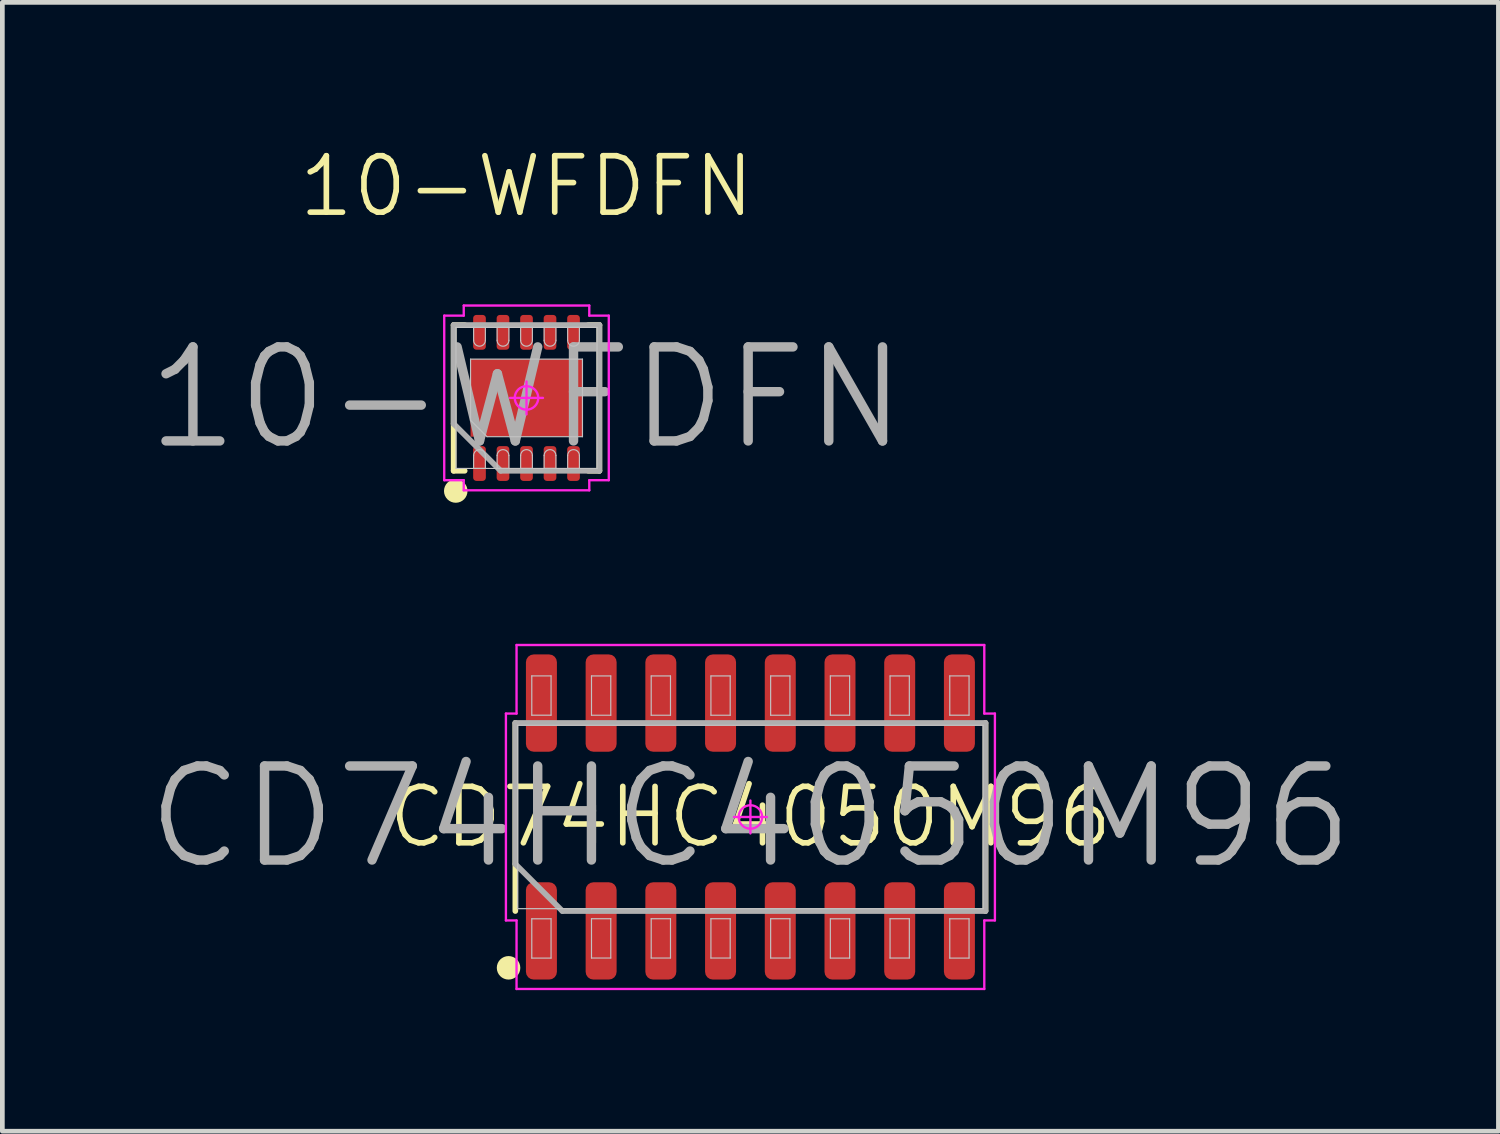
<source format=kicad_pcb>
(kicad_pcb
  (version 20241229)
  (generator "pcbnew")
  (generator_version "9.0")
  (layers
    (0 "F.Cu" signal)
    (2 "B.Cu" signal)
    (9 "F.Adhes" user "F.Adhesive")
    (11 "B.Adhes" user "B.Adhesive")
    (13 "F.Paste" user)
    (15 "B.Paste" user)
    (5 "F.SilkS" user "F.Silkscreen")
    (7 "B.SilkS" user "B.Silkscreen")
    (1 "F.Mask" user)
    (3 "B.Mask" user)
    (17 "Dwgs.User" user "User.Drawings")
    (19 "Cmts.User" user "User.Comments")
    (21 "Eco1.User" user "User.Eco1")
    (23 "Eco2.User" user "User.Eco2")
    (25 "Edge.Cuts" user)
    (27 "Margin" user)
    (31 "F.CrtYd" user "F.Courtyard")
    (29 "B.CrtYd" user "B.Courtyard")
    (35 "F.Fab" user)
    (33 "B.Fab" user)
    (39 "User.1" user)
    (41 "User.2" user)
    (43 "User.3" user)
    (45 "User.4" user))
  (footprint "10-WFDFN"
    (layer "F.Cu")
    (at 8.148 5.413)
    (property "Reference" "10-WFDFN" (at 0 -4.5 0) (layer "F.SilkS") (effects (font (size 1.2 1.2) (thickness 0.12))))
    (attr smd)
    (fp_line (start -1.55 -1.55) (end -1.315 -1.55) (stroke (width 0.12) (type solid)) (layer "F.SilkS"))
    (fp_line (start -1.55 1.55) (end -1.55 -1.55) (stroke (width 0.12) (type solid)) (layer "F.SilkS"))
    (fp_line (start -1.315 1.55) (end -1.55 1.55) (stroke (width 0.12) (type solid)) (layer "F.SilkS"))
    (fp_line (start 1.315 1.55) (end 1.55 1.55) (stroke (width 0.12) (type solid)) (layer "F.SilkS"))
    (fp_line (start 1.55 -1.55) (end 1.315 -1.55) (stroke (width 0.12) (type solid)) (layer "F.SilkS"))
    (fp_line (start 1.55 1.55) (end 1.55 -1.55) (stroke (width 0.12) (type solid)) (layer "F.SilkS"))
    (fp_circle (center -1.505 1.98) (end -1.505 2.105) (stroke (width 0.25) (type solid)) (fill no) (layer "F.SilkS"))
    (fp_line (start -1.5 -1.5) (end 1.5 -1.5) (stroke (width 0.025) (type solid)) (layer "Dwgs.User"))
    (fp_line (start -1.5 1.5) (end -1.5 -1.5) (stroke (width 0.025) (type solid)) (layer "Dwgs.User"))
    (fp_line (start -1.19 -0.825) (end 1.19 -0.825) (stroke (width 0.025) (type solid)) (layer "Dwgs.User"))
    (fp_line (start -1.19 0.475) (end -1.19 -0.825) (stroke (width 0.025) (type solid)) (layer "Dwgs.User"))
    (fp_line (start -1.125 -1.5) (end -1.125 -1.225) (stroke (width 0.025) (type solid)) (layer "Dwgs.User"))
    (fp_line (start -1.125 1.225) (end -1.125 1.5) (stroke (width 0.025) (type solid)) (layer "Dwgs.User"))
    (fp_line (start -1.125 1.5) (end -0.875 1.5) (stroke (width 0.025) (type solid)) (layer "Dwgs.User"))
    (fp_line (start -0.875 -1.5) (end -1.125 -1.5) (stroke (width 0.025) (type solid)) (layer "Dwgs.User"))
    (fp_line (start -0.875 -1.225) (end -0.875 -1.5) (stroke (width 0.025) (type solid)) (layer "Dwgs.User"))
    (fp_line (start -0.875 1.5) (end -0.875 1.225) (stroke (width 0.025) (type solid)) (layer "Dwgs.User"))
    (fp_line (start -0.84 0.825) (end -1.19 0.475) (stroke (width 0.025) (type solid)) (layer "Dwgs.User"))
    (fp_line (start -0.625 -1.5) (end -0.625 -1.225) (stroke (width 0.025) (type solid)) (layer "Dwgs.User"))
    (fp_line (start -0.625 1.225) (end -0.625 1.5) (stroke (width 0.025) (type solid)) (layer "Dwgs.User"))
    (fp_line (start -0.625 1.5) (end -0.375 1.5) (stroke (width 0.025) (type solid)) (layer "Dwgs.User"))
    (fp_line (start -0.375 -1.5) (end -0.625 -1.5) (stroke (width 0.025) (type solid)) (layer "Dwgs.User"))
    (fp_line (start -0.375 -1.225) (end -0.375 -1.5) (stroke (width 0.025) (type solid)) (layer "Dwgs.User"))
    (fp_line (start -0.375 1.5) (end -0.375 1.225) (stroke (width 0.025) (type solid)) (layer "Dwgs.User"))
    (fp_line (start -0.125 -1.5) (end -0.125 -1.225) (stroke (width 0.025) (type solid)) (layer "Dwgs.User"))
    (fp_line (start -0.125 1.225) (end -0.125 1.5) (stroke (width 0.025) (type solid)) (layer "Dwgs.User"))
    (fp_line (start -0.125 1.5) (end 0.125 1.5) (stroke (width 0.025) (type solid)) (layer "Dwgs.User"))
    (fp_line (start 0.125 -1.5) (end -0.125 -1.5) (stroke (width 0.025) (type solid)) (layer "Dwgs.User"))
    (fp_line (start 0.125 -1.225) (end 0.125 -1.5) (stroke (width 0.025) (type solid)) (layer "Dwgs.User"))
    (fp_line (start 0.125 1.5) (end 0.125 1.225) (stroke (width 0.025) (type solid)) (layer "Dwgs.User"))
    (fp_line (start 0.375 -1.5) (end 0.375 -1.225) (stroke (width 0.025) (type solid)) (layer "Dwgs.User"))
    (fp_line (start 0.375 1.225) (end 0.375 1.5) (stroke (width 0.025) (type solid)) (layer "Dwgs.User"))
    (fp_line (start 0.375 1.5) (end 0.625 1.5) (stroke (width 0.025) (type solid)) (layer "Dwgs.User"))
    (fp_line (start 0.625 -1.5) (end 0.375 -1.5) (stroke (width 0.025) (type solid)) (layer "Dwgs.User"))
    (fp_line (start 0.625 -1.225) (end 0.625 -1.5) (stroke (width 0.025) (type solid)) (layer "Dwgs.User"))
    (fp_line (start 0.625 1.5) (end 0.625 1.225) (stroke (width 0.025) (type solid)) (layer "Dwgs.User"))
    (fp_line (start 0.875 -1.5) (end 0.875 -1.225) (stroke (width 0.025) (type solid)) (layer "Dwgs.User"))
    (fp_line (start 0.875 1.225) (end 0.875 1.5) (stroke (width 0.025) (type solid)) (layer "Dwgs.User"))
    (fp_line (start 0.875 1.5) (end 1.125 1.5) (stroke (width 0.025) (type solid)) (layer "Dwgs.User"))
    (fp_line (start 1.125 -1.5) (end 0.875 -1.5) (stroke (width 0.025) (type solid)) (layer "Dwgs.User"))
    (fp_line (start 1.125 -1.225) (end 1.125 -1.5) (stroke (width 0.025) (type solid)) (layer "Dwgs.User"))
    (fp_line (start 1.125 1.5) (end 1.125 1.225) (stroke (width 0.025) (type solid)) (layer "Dwgs.User"))
    (fp_line (start 1.19 -0.825) (end 1.19 0.825) (stroke (width 0.025) (type solid)) (layer "Dwgs.User"))
    (fp_line (start 1.19 0.825) (end -0.84 0.825) (stroke (width 0.025) (type solid)) (layer "Dwgs.User"))
    (fp_line (start 1.5 -1.5) (end 1.5 1.5) (stroke (width 0.025) (type solid)) (layer "Dwgs.User"))
    (fp_line (start 1.5 1.5) (end -1.5 1.5) (stroke (width 0.025) (type solid)) (layer "Dwgs.User"))
    (fp_arc (start -1.125 1.225) (mid -1 1.1) (end -0.875 1.225) (stroke (width 0.025) (type solid)) (layer "Dwgs.User"))
    (fp_arc (start -0.875 -1.225) (mid -1 -1.1) (end -1.125 -1.225) (stroke (width 0.025) (type solid)) (layer "Dwgs.User"))
    (fp_arc (start -0.625 1.225) (mid -0.5 1.1) (end -0.375 1.225) (stroke (width 0.025) (type solid)) (layer "Dwgs.User"))
    (fp_arc (start -0.375 -1.225) (mid -0.5 -1.1) (end -0.625 -1.225) (stroke (width 0.025) (type solid)) (layer "Dwgs.User"))
    (fp_arc (start -0.125 1.225) (mid 0 1.1) (end 0.125 1.225) (stroke (width 0.025) (type solid)) (layer "Dwgs.User"))
    (fp_arc (start 0.125 -1.225) (mid 0 -1.1) (end -0.125 -1.225) (stroke (width 0.025) (type solid)) (layer "Dwgs.User"))
    (fp_arc (start 0.375 1.225) (mid 0.5 1.1) (end 0.625 1.225) (stroke (width 0.025) (type solid)) (layer "Dwgs.User"))
    (fp_arc (start 0.625 -1.225) (mid 0.5 -1.1) (end 0.375 -1.225) (stroke (width 0.025) (type solid)) (layer "Dwgs.User"))
    (fp_arc (start 0.875 1.225) (mid 1 1.1) (end 1.125 1.225) (stroke (width 0.025) (type solid)) (layer "Dwgs.User"))
    (fp_arc (start 1.125 -1.225) (mid 1 -1.1) (end 0.875 -1.225) (stroke (width 0.025) (type solid)) (layer "Dwgs.User"))
    (fp_line (start -1.75 -1.75) (end -1.75 1.75) (stroke (width 0.05) (type solid)) (layer "F.CrtYd"))
    (fp_line (start -1.75 1.75) (end -1.335 1.75) (stroke (width 0.05) (type solid)) (layer "F.CrtYd"))
    (fp_line (start -1.335 -1.965) (end -1.335 -1.75) (stroke (width 0.05) (type solid)) (layer "F.CrtYd"))
    (fp_line (start -1.335 -1.75) (end -1.75 -1.75) (stroke (width 0.05) (type solid)) (layer "F.CrtYd"))
    (fp_line (start -1.335 1.75) (end -1.335 1.965) (stroke (width 0.05) (type solid)) (layer "F.CrtYd"))
    (fp_line (start -1.335 1.965) (end 1.335 1.965) (stroke (width 0.05) (type solid)) (layer "F.CrtYd"))
    (fp_line (start -0.35 0) (end 0.35 0) (stroke (width 0.05) (type solid)) (layer "F.CrtYd"))
    (fp_line (start 0 -0.35) (end 0 0.35) (stroke (width 0.05) (type solid)) (layer "F.CrtYd"))
    (fp_line (start 1.335 -1.965) (end -1.335 -1.965) (stroke (width 0.05) (type solid)) (layer "F.CrtYd"))
    (fp_line (start 1.335 -1.75) (end 1.335 -1.965) (stroke (width 0.05) (type solid)) (layer "F.CrtYd"))
    (fp_line (start 1.335 1.75) (end 1.75 1.75) (stroke (width 0.05) (type solid)) (layer "F.CrtYd"))
    (fp_line (start 1.335 1.965) (end 1.335 1.75) (stroke (width 0.05) (type solid)) (layer "F.CrtYd"))
    (fp_line (start 1.75 -1.75) (end 1.335 -1.75) (stroke (width 0.05) (type solid)) (layer "F.CrtYd"))
    (fp_line (start 1.75 1.75) (end 1.75 -1.75) (stroke (width 0.05) (type solid)) (layer "F.CrtYd"))
    (fp_circle (center 0 0) (end 0 0.25) (stroke (width 0.05) (type solid)) (fill no) (layer "F.CrtYd"))
    (fp_line (start -1.55 -1.55) (end 1.55 -1.55) (stroke (width 0.12) (type solid)) (layer "F.Fab"))
    (fp_line (start -1.55 0.55) (end -1.55 -1.55) (stroke (width 0.12) (type solid)) (layer "F.Fab"))
    (fp_line (start -0.55 1.55) (end -1.55 0.55) (stroke (width 0.12) (type solid)) (layer "F.Fab"))
    (fp_line (start 1.55 -1.55) (end 1.55 1.55) (stroke (width 0.12) (type solid)) (layer "F.Fab"))
    (fp_line (start 1.55 1.55) (end -0.55 1.55) (stroke (width 0.12) (type solid)) (layer "F.Fab"))
    (fp_text user "${REFERENCE}" (at 0 0 0) (layer "F.Fab") (effects (font (size 2 2) (thickness 0.2))))
    (pad "" smd roundrect (at -0.595 -0.413 90) (size 0.542 0.906) (layers "F.Paste") (roundrect_rratio 0.25))
    (pad "" smd roundrect (at -0.527 0.372 90) (size 0.46 0.77) (layers "F.Paste") (roundrect_rratio 0.25))
    (pad "" smd roundrect (at 0.595 -0.412 90) (size 0.542 0.906) (layers "F.Paste") (roundrect_rratio 0.25))
    (pad "" smd roundrect (at 0.595 0.413 90) (size 0.542 0.906) (layers "F.Paste") (roundrect_rratio 0.25))
    (pad "1" smd roundrect (at -1 1.395 90) (size 0.74 0.27) (layers "F.Cu" "F.Mask" "F.Paste") (roundrect_rratio 0.252))
    (pad "2" smd roundrect (at -0.5 1.395 90) (size 0.74 0.27) (layers "F.Cu" "F.Mask" "F.Paste") (roundrect_rratio 0.252))
    (pad "3" smd roundrect (at 0 1.395 90) (size 0.74 0.27) (layers "F.Cu" "F.Mask" "F.Paste") (roundrect_rratio 0.252))
    (pad "4" smd roundrect (at 0.5 1.395 90) (size 0.74 0.27) (layers "F.Cu" "F.Mask" "F.Paste") (roundrect_rratio 0.252))
    (pad "5" smd roundrect (at 1 1.395 90) (size 0.74 0.27) (layers "F.Cu" "F.Mask" "F.Paste") (roundrect_rratio 0.252))
    (pad "6" smd roundrect (at 1 -1.395 90) (size 0.74 0.27) (layers "F.Cu" "F.Mask" "F.Paste") (roundrect_rratio 0.252))
    (pad "7" smd roundrect (at 0.5 -1.395 90) (size 0.74 0.27) (layers "F.Cu" "F.Mask" "F.Paste") (roundrect_rratio 0.252))
    (pad "8" smd roundrect (at 0 -1.395 90) (size 0.74 0.27) (layers "F.Cu" "F.Mask" "F.Paste") (roundrect_rratio 0.252))
    (pad "9" smd roundrect (at -0.5 -1.395 90) (size 0.74 0.27) (layers "F.Cu" "F.Mask" "F.Paste") (roundrect_rratio 0.252))
    (pad "10" smd roundrect (at -1 -1.395 90) (size 0.74 0.27) (layers "F.Cu" "F.Mask" "F.Paste") (roundrect_rratio 0.252))
    (pad "11" smd rect (at 0 0 90) (size 1.65 2.38) (layers "F.Cu" "F.Mask")))
  (footprint "CD74HC4050M96"
    (layer "F.Cu")
    (at 12.91 14.326)
    (property "Reference" "CD74HC4050M96" (at 0 0 0) (layer "F.SilkS") (effects (font (size 1.2 1.2) (thickness 0.12))))
    (attr smd)
    (fp_line (start -5 2) (end -5 -2) (stroke (width 0.12) (type solid)) (layer "F.SilkS"))
    (fp_line (start 5 2) (end 5 -2) (stroke (width 0.12) (type solid)) (layer "F.SilkS"))
    (fp_circle (center -5.144 3.208) (end -5.144 3.333) (stroke (width 0.25) (type solid)) (fill no) (layer "F.SilkS"))
    (fp_line (start -4.95 -1.95) (end 4.95 -1.95) (stroke (width 0.025) (type solid)) (layer "Dwgs.User"))
    (fp_line (start -4.95 1.95) (end -4.95 -1.95) (stroke (width 0.025) (type solid)) (layer "Dwgs.User"))
    (fp_line (start -4.65 -3.001) (end -4.24 -3.001) (stroke (width 0.025) (type solid)) (layer "Dwgs.User"))
    (fp_line (start -4.65 -2.165) (end -4.65 -3.001) (stroke (width 0.025) (type solid)) (layer "Dwgs.User"))
    (fp_line (start -4.65 2.165) (end -4.24 2.165) (stroke (width 0.025) (type solid)) (layer "Dwgs.User"))
    (fp_line (start -4.65 3.001) (end -4.65 2.165) (stroke (width 0.025) (type solid)) (layer "Dwgs.User"))
    (fp_line (start -4.24 -3.001) (end -4.24 -2.165) (stroke (width 0.025) (type solid)) (layer "Dwgs.User"))
    (fp_line (start -4.24 -2.165) (end -4.65 -2.165) (stroke (width 0.025) (type solid)) (layer "Dwgs.User"))
    (fp_line (start -4.24 2.165) (end -4.24 3.001) (stroke (width 0.025) (type solid)) (layer "Dwgs.User"))
    (fp_line (start -4.24 3.001) (end -4.65 3.001) (stroke (width 0.025) (type solid)) (layer "Dwgs.User"))
    (fp_line (start -3.38 -3) (end -2.97 -3) (stroke (width 0.025) (type solid)) (layer "Dwgs.User"))
    (fp_line (start -3.38 -2.164) (end -3.38 -3) (stroke (width 0.025) (type solid)) (layer "Dwgs.User"))
    (fp_line (start -3.38 2.164) (end -2.97 2.164) (stroke (width 0.025) (type solid)) (layer "Dwgs.User"))
    (fp_line (start -3.38 3) (end -3.38 2.164) (stroke (width 0.025) (type solid)) (layer "Dwgs.User"))
    (fp_line (start -2.97 -3) (end -2.97 -2.164) (stroke (width 0.025) (type solid)) (layer "Dwgs.User"))
    (fp_line (start -2.97 -2.164) (end -3.38 -2.164) (stroke (width 0.025) (type solid)) (layer "Dwgs.User"))
    (fp_line (start -2.97 2.164) (end -2.97 3) (stroke (width 0.025) (type solid)) (layer "Dwgs.User"))
    (fp_line (start -2.97 3) (end -3.38 3) (stroke (width 0.025) (type solid)) (layer "Dwgs.User"))
    (fp_line (start -2.11 -3) (end -1.7 -3) (stroke (width 0.025) (type solid)) (layer "Dwgs.User"))
    (fp_line (start -2.11 -2.164) (end -2.11 -3) (stroke (width 0.025) (type solid)) (layer "Dwgs.User"))
    (fp_line (start -2.11 2.164) (end -1.7 2.164) (stroke (width 0.025) (type solid)) (layer "Dwgs.User"))
    (fp_line (start -2.11 3) (end -2.11 2.164) (stroke (width 0.025) (type solid)) (layer "Dwgs.User"))
    (fp_line (start -1.7 -3) (end -1.7 -2.164) (stroke (width 0.025) (type solid)) (layer "Dwgs.User"))
    (fp_line (start -1.7 -2.164) (end -2.11 -2.164) (stroke (width 0.025) (type solid)) (layer "Dwgs.User"))
    (fp_line (start -1.7 2.164) (end -1.7 3) (stroke (width 0.025) (type solid)) (layer "Dwgs.User"))
    (fp_line (start -1.7 3) (end -2.11 3) (stroke (width 0.025) (type solid)) (layer "Dwgs.User"))
    (fp_line (start -0.84 -3) (end -0.43 -3) (stroke (width 0.025) (type solid)) (layer "Dwgs.User"))
    (fp_line (start -0.84 -2.164) (end -0.84 -3) (stroke (width 0.025) (type solid)) (layer "Dwgs.User"))
    (fp_line (start -0.84 2.164) (end -0.43 2.164) (stroke (width 0.025) (type solid)) (layer "Dwgs.User"))
    (fp_line (start -0.84 3) (end -0.84 2.164) (stroke (width 0.025) (type solid)) (layer "Dwgs.User"))
    (fp_line (start -0.43 -3) (end -0.43 -2.164) (stroke (width 0.025) (type solid)) (layer "Dwgs.User"))
    (fp_line (start -0.43 -2.164) (end -0.84 -2.164) (stroke (width 0.025) (type solid)) (layer "Dwgs.User"))
    (fp_line (start -0.43 2.164) (end -0.43 3) (stroke (width 0.025) (type solid)) (layer "Dwgs.User"))
    (fp_line (start -0.43 3) (end -0.84 3) (stroke (width 0.025) (type solid)) (layer "Dwgs.User"))
    (fp_line (start 0.43 -3) (end 0.84 -3) (stroke (width 0.025) (type solid)) (layer "Dwgs.User"))
    (fp_line (start 0.43 -2.164) (end 0.43 -3) (stroke (width 0.025) (type solid)) (layer "Dwgs.User"))
    (fp_line (start 0.43 2.164) (end 0.84 2.164) (stroke (width 0.025) (type solid)) (layer "Dwgs.User"))
    (fp_line (start 0.43 3) (end 0.43 2.164) (stroke (width 0.025) (type solid)) (layer "Dwgs.User"))
    (fp_line (start 0.84 -3) (end 0.84 -2.164) (stroke (width 0.025) (type solid)) (layer "Dwgs.User"))
    (fp_line (start 0.84 -2.164) (end 0.43 -2.164) (stroke (width 0.025) (type solid)) (layer "Dwgs.User"))
    (fp_line (start 0.84 2.164) (end 0.84 3) (stroke (width 0.025) (type solid)) (layer "Dwgs.User"))
    (fp_line (start 0.84 3) (end 0.43 3) (stroke (width 0.025) (type solid)) (layer "Dwgs.User"))
    (fp_line (start 1.7 -3.001) (end 2.11 -3.001) (stroke (width 0.025) (type solid)) (layer "Dwgs.User"))
    (fp_line (start 1.7 -2.165) (end 1.7 -3.001) (stroke (width 0.025) (type solid)) (layer "Dwgs.User"))
    (fp_line (start 1.7 2.165) (end 2.11 2.165) (stroke (width 0.025) (type solid)) (layer "Dwgs.User"))
    (fp_line (start 1.7 3.001) (end 1.7 2.165) (stroke (width 0.025) (type solid)) (layer "Dwgs.User"))
    (fp_line (start 2.11 -3.001) (end 2.11 -2.165) (stroke (width 0.025) (type solid)) (layer "Dwgs.User"))
    (fp_line (start 2.11 -2.165) (end 1.7 -2.165) (stroke (width 0.025) (type solid)) (layer "Dwgs.User"))
    (fp_line (start 2.11 2.165) (end 2.11 3.001) (stroke (width 0.025) (type solid)) (layer "Dwgs.User"))
    (fp_line (start 2.11 3.001) (end 1.7 3.001) (stroke (width 0.025) (type solid)) (layer "Dwgs.User"))
    (fp_line (start 2.97 -3) (end 3.38 -3) (stroke (width 0.025) (type solid)) (layer "Dwgs.User"))
    (fp_line (start 2.97 -2.164) (end 2.97 -3) (stroke (width 0.025) (type solid)) (layer "Dwgs.User"))
    (fp_line (start 2.97 2.164) (end 3.38 2.164) (stroke (width 0.025) (type solid)) (layer "Dwgs.User"))
    (fp_line (start 2.97 3) (end 2.97 2.164) (stroke (width 0.025) (type solid)) (layer "Dwgs.User"))
    (fp_line (start 3.38 -3) (end 3.38 -2.164) (stroke (width 0.025) (type solid)) (layer "Dwgs.User"))
    (fp_line (start 3.38 -2.164) (end 2.97 -2.164) (stroke (width 0.025) (type solid)) (layer "Dwgs.User"))
    (fp_line (start 3.38 2.164) (end 3.38 3) (stroke (width 0.025) (type solid)) (layer "Dwgs.User"))
    (fp_line (start 3.38 3) (end 2.97 3) (stroke (width 0.025) (type solid)) (layer "Dwgs.User"))
    (fp_line (start 4.24 -3.001) (end 4.65 -3.001) (stroke (width 0.025) (type solid)) (layer "Dwgs.User"))
    (fp_line (start 4.24 -2.165) (end 4.24 -3.001) (stroke (width 0.025) (type solid)) (layer "Dwgs.User"))
    (fp_line (start 4.24 2.165) (end 4.65 2.165) (stroke (width 0.025) (type solid)) (layer "Dwgs.User"))
    (fp_line (start 4.24 3.001) (end 4.24 2.165) (stroke (width 0.025) (type solid)) (layer "Dwgs.User"))
    (fp_line (start 4.65 -3.001) (end 4.65 -2.165) (stroke (width 0.025) (type solid)) (layer "Dwgs.User"))
    (fp_line (start 4.65 -2.165) (end 4.24 -2.165) (stroke (width 0.025) (type solid)) (layer "Dwgs.User"))
    (fp_line (start 4.65 2.165) (end 4.65 3.001) (stroke (width 0.025) (type solid)) (layer "Dwgs.User"))
    (fp_line (start 4.65 3.001) (end 4.24 3.001) (stroke (width 0.025) (type solid)) (layer "Dwgs.User"))
    (fp_line (start 4.95 -1.95) (end 4.95 1.95) (stroke (width 0.025) (type solid)) (layer "Dwgs.User"))
    (fp_line (start 4.95 1.95) (end -4.95 1.95) (stroke (width 0.025) (type solid)) (layer "Dwgs.User"))
    (fp_line (start -5.2 -2.2) (end -5.2 2.2) (stroke (width 0.05) (type solid)) (layer "F.CrtYd"))
    (fp_line (start -5.2 2.2) (end -4.974 2.2) (stroke (width 0.05) (type solid)) (layer "F.CrtYd"))
    (fp_line (start -4.974 -3.658) (end -4.974 -2.2) (stroke (width 0.05) (type solid)) (layer "F.CrtYd"))
    (fp_line (start -4.974 -2.2) (end -5.2 -2.2) (stroke (width 0.05) (type solid)) (layer "F.CrtYd"))
    (fp_line (start -4.974 2.2) (end -4.974 3.658) (stroke (width 0.05) (type solid)) (layer "F.CrtYd"))
    (fp_line (start -4.974 3.658) (end 4.974 3.658) (stroke (width 0.05) (type solid)) (layer "F.CrtYd"))
    (fp_line (start -0.35 0) (end 0.35 0) (stroke (width 0.05) (type solid)) (layer "F.CrtYd"))
    (fp_line (start 0 -0.35) (end 0 0.35) (stroke (width 0.05) (type solid)) (layer "F.CrtYd"))
    (fp_line (start 4.974 -3.658) (end -4.974 -3.658) (stroke (width 0.05) (type solid)) (layer "F.CrtYd"))
    (fp_line (start 4.974 -2.2) (end 4.974 -3.658) (stroke (width 0.05) (type solid)) (layer "F.CrtYd"))
    (fp_line (start 4.974 2.2) (end 5.2 2.2) (stroke (width 0.05) (type solid)) (layer "F.CrtYd"))
    (fp_line (start 4.974 3.658) (end 4.974 2.2) (stroke (width 0.05) (type solid)) (layer "F.CrtYd"))
    (fp_line (start 5.2 -2.2) (end 4.974 -2.2) (stroke (width 0.05) (type solid)) (layer "F.CrtYd"))
    (fp_line (start 5.2 2.2) (end 5.2 -2.2) (stroke (width 0.05) (type solid)) (layer "F.CrtYd"))
    (fp_circle (center 0 0) (end 0 0.25) (stroke (width 0.05) (type solid)) (fill no) (layer "F.CrtYd"))
    (fp_line (start -5 -2) (end 5 -2) (stroke (width 0.12) (type solid)) (layer "F.Fab"))
    (fp_line (start -5 1) (end -5 -2) (stroke (width 0.12) (type solid)) (layer "F.Fab"))
    (fp_line (start -4 2) (end -5 1) (stroke (width 0.12) (type solid)) (layer "F.Fab"))
    (fp_line (start 5 -2) (end 5 2) (stroke (width 0.12) (type solid)) (layer "F.Fab"))
    (fp_line (start 5 2) (end -4 2) (stroke (width 0.12) (type solid)) (layer "F.Fab"))
    (fp_text user "${REFERENCE}" (at 0 0 0) (layer "F.Fab") (effects (font (size 2 2) (thickness 0.2))))
    (pad "1" smd roundrect (at -4.445 2.423 90) (size 2.069 0.659) (layers "F.Cu" "F.Mask" "F.Paste") (roundrect_rratio 0.25))
    (pad "2" smd roundrect (at -3.175 2.423 90) (size 2.069 0.659) (layers "F.Cu" "F.Mask" "F.Paste") (roundrect_rratio 0.25))
    (pad "3" smd roundrect (at -1.905 2.423 90) (size 2.069 0.659) (layers "F.Cu" "F.Mask" "F.Paste") (roundrect_rratio 0.25))
    (pad "4" smd roundrect (at -0.635 2.423 90) (size 2.069 0.659) (layers "F.Cu" "F.Mask" "F.Paste") (roundrect_rratio 0.25))
    (pad "5" smd roundrect (at 0.635 2.423 90) (size 2.069 0.659) (layers "F.Cu" "F.Mask" "F.Paste") (roundrect_rratio 0.25))
    (pad "6" smd roundrect (at 1.905 2.423 90) (size 2.069 0.659) (layers "F.Cu" "F.Mask" "F.Paste") (roundrect_rratio 0.25))
    (pad "7" smd roundrect (at 3.175 2.423 90) (size 2.069 0.659) (layers "F.Cu" "F.Mask" "F.Paste") (roundrect_rratio 0.25))
    (pad "8" smd roundrect (at 4.445 2.423 90) (size 2.069 0.659) (layers "F.Cu" "F.Mask" "F.Paste") (roundrect_rratio 0.25))
    (pad "9" smd roundrect (at 4.445 -2.423 90) (size 2.069 0.659) (layers "F.Cu" "F.Mask" "F.Paste") (roundrect_rratio 0.25))
    (pad "10" smd roundrect (at 3.175 -2.423 90) (size 2.069 0.659) (layers "F.Cu" "F.Mask" "F.Paste") (roundrect_rratio 0.25))
    (pad "11" smd roundrect (at 1.905 -2.423 90) (size 2.069 0.659) (layers "F.Cu" "F.Mask" "F.Paste") (roundrect_rratio 0.25))
    (pad "12" smd roundrect (at 0.635 -2.423 90) (size 2.069 0.659) (layers "F.Cu" "F.Mask" "F.Paste") (roundrect_rratio 0.25))
    (pad "13" smd roundrect (at -0.635 -2.423 90) (size 2.069 0.659) (layers "F.Cu" "F.Mask" "F.Paste") (roundrect_rratio 0.25))
    (pad "14" smd roundrect (at -1.905 -2.423 90) (size 2.069 0.659) (layers "F.Cu" "F.Mask" "F.Paste") (roundrect_rratio 0.25))
    (pad "15" smd roundrect (at -3.175 -2.423 90) (size 2.069 0.659) (layers "F.Cu" "F.Mask" "F.Paste") (roundrect_rratio 0.25))
    (pad "16" smd roundrect (at -4.445 -2.423 90) (size 2.069 0.659) (layers "F.Cu" "F.Mask" "F.Paste") (roundrect_rratio 0.25)))
  (gr_rect
    (start -3 -3)
    (end 28.819 21.009)
    (stroke (width 0.1) (type default))
    (fill no)
    (layer "Edge.Cuts")))
</source>
